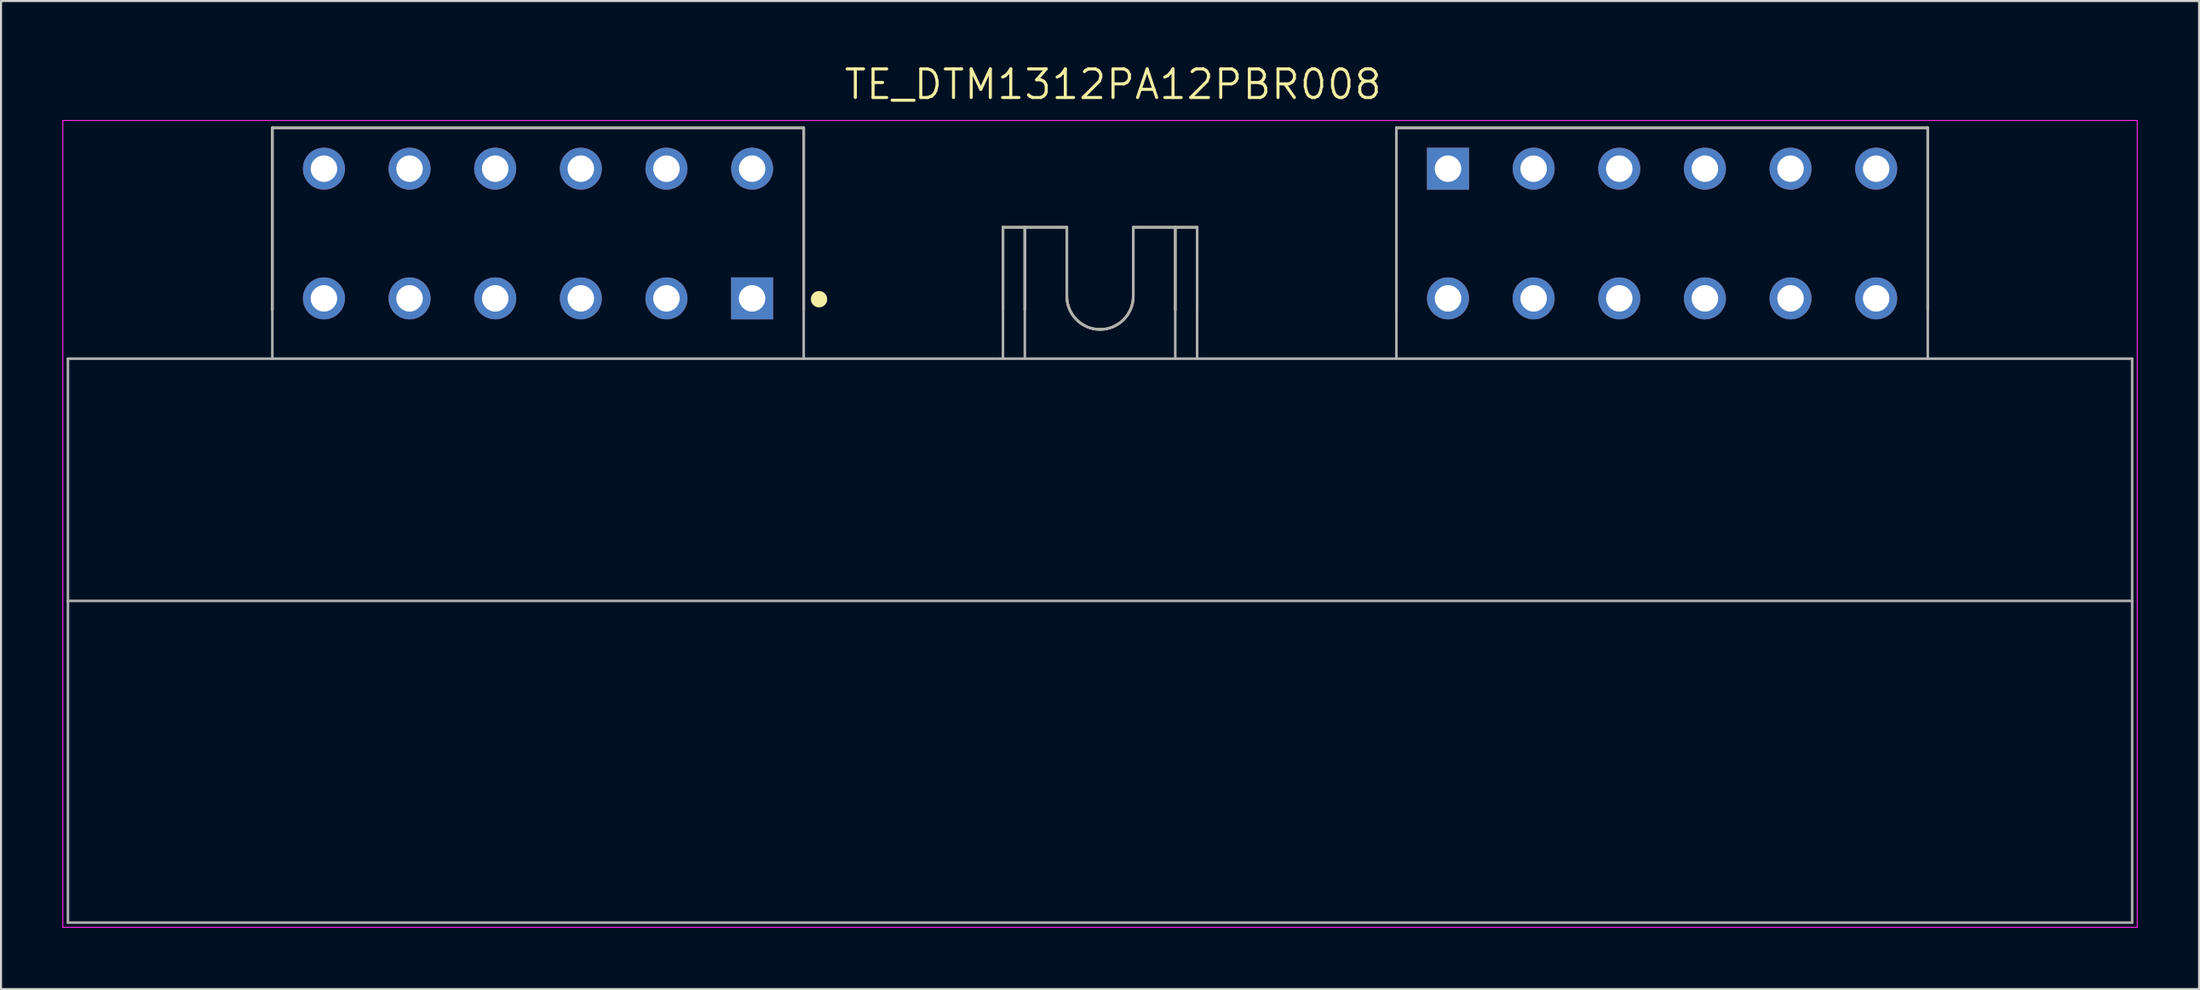
<source format=kicad_pcb>
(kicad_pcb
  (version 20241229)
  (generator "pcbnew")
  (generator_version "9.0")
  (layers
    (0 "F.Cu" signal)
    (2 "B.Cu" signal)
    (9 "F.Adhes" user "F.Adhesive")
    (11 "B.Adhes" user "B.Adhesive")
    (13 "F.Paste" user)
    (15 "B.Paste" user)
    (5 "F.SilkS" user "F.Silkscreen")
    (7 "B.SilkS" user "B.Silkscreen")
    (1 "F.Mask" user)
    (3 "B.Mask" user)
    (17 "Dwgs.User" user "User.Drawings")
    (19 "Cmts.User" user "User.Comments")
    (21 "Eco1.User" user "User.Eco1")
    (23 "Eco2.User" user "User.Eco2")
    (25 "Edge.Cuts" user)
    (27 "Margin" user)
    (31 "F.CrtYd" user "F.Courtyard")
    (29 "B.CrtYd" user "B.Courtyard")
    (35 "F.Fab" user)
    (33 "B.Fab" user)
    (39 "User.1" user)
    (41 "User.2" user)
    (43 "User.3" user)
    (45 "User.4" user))
  (footprint "TE_DTM1312PA12PBR008"
    (layer "F.Cu")
    (at 50.775 9.598)
    (property "Reference" "TE_DTM1312PA12PBR008" (at 0.635 -8.515 0) (layer "F.SilkS") (effects (font (size 1.401 1.401) (thickness 0.15))))
    (attr through_hole)
    (fp_line (start -40.5 -6.39) (end -14.5 -6.39) (stroke (width 0.127) (type solid)) (layer "F.SilkS"))
    (fp_line (start -40.5 2.54) (end -40.5 -6.39) (stroke (width 0.127) (type solid)) (layer "F.SilkS"))
    (fp_line (start -14.5 -6.39) (end -14.5 2.54) (stroke (width 0.127) (type solid)) (layer "F.SilkS"))
    (fp_line (start -4.75 -1.52) (end -3.68 -1.52) (stroke (width 0.127) (type solid)) (layer "F.SilkS"))
    (fp_line (start -4.75 2.54) (end -4.75 -1.52) (stroke (width 0.127) (type solid)) (layer "F.SilkS"))
    (fp_line (start -3.68 -1.52) (end -1.625 -1.52) (stroke (width 0.127) (type solid)) (layer "F.SilkS"))
    (fp_line (start -3.68 2.54) (end -3.68 -1.52) (stroke (width 0.127) (type solid)) (layer "F.SilkS"))
    (fp_line (start -1.625 -1.52) (end -1.625 1.855) (stroke (width 0.127) (type solid)) (layer "F.SilkS"))
    (fp_line (start 1.625 -1.52) (end 3.68 -1.52) (stroke (width 0.127) (type solid)) (layer "F.SilkS"))
    (fp_line (start 1.625 1.855) (end 1.625 -1.52) (stroke (width 0.127) (type solid)) (layer "F.SilkS"))
    (fp_line (start 3.68 -1.52) (end 4.75 -1.52) (stroke (width 0.127) (type solid)) (layer "F.SilkS"))
    (fp_line (start 3.68 2.54) (end 3.68 -1.52) (stroke (width 0.127) (type solid)) (layer "F.SilkS"))
    (fp_line (start 4.75 -1.52) (end 4.75 2.54) (stroke (width 0.127) (type solid)) (layer "F.SilkS"))
    (fp_line (start 14.5 -6.39) (end 40.5 -6.39) (stroke (width 0.127) (type solid)) (layer "F.SilkS"))
    (fp_line (start 14.5 2.54) (end 14.5 -6.39) (stroke (width 0.127) (type solid)) (layer "F.SilkS"))
    (fp_line (start 40.5 -6.39) (end 40.5 2.54) (stroke (width 0.127) (type solid)) (layer "F.SilkS"))
    (fp_arc (start 0 3.48) (mid -1.149049 3.004049) (end -1.625 1.855) (stroke (width 0.127) (type solid)) (layer "F.SilkS"))
    (fp_arc (start 1.625 1.855) (mid 1.149049 3.004049) (end 0 3.48) (stroke (width 0.127) (type solid)) (layer "F.SilkS"))
    (fp_circle (center -13.75 2) (end -13.55 2) (stroke (width 0.4) (type solid)) (fill no) (layer "F.SilkS"))
    (fp_line (start -50.75 -6.75) (end -50.75 32.75) (stroke (width 0.05) (type solid)) (layer "F.CrtYd"))
    (fp_line (start -50.75 32.75) (end 50.75 32.75) (stroke (width 0.05) (type solid)) (layer "F.CrtYd"))
    (fp_line (start 50.75 -6.75) (end -50.75 -6.75) (stroke (width 0.05) (type solid)) (layer "F.CrtYd"))
    (fp_line (start 50.75 32.75) (end 50.75 -6.75) (stroke (width 0.05) (type solid)) (layer "F.CrtYd"))
    (fp_line (start -50.5 4.91) (end -40.5 4.91) (stroke (width 0.127) (type solid)) (layer "F.Fab"))
    (fp_line (start -50.5 16.77) (end -50.5 4.91) (stroke (width 0.127) (type solid)) (layer "F.Fab"))
    (fp_line (start -50.5 16.77) (end -50.5 32.52) (stroke (width 0.127) (type solid)) (layer "F.Fab"))
    (fp_line (start -50.5 32.52) (end 50.5 32.52) (stroke (width 0.127) (type solid)) (layer "F.Fab"))
    (fp_line (start -40.5 -6.39) (end -14.5 -6.39) (stroke (width 0.127) (type solid)) (layer "F.Fab"))
    (fp_line (start -40.5 4.91) (end -40.5 -6.39) (stroke (width 0.127) (type solid)) (layer "F.Fab"))
    (fp_line (start -40.5 4.91) (end -14.5 4.91) (stroke (width 0.127) (type solid)) (layer "F.Fab"))
    (fp_line (start -14.5 -6.39) (end -14.5 4.91) (stroke (width 0.127) (type solid)) (layer "F.Fab"))
    (fp_line (start -14.5 4.91) (end -4.75 4.91) (stroke (width 0.127) (type solid)) (layer "F.Fab"))
    (fp_line (start -4.75 -1.52) (end -3.68 -1.52) (stroke (width 0.127) (type solid)) (layer "F.Fab"))
    (fp_line (start -4.75 4.91) (end -4.75 -1.52) (stroke (width 0.127) (type solid)) (layer "F.Fab"))
    (fp_line (start -4.75 4.91) (end -3.68 4.91) (stroke (width 0.127) (type solid)) (layer "F.Fab"))
    (fp_line (start -3.68 -1.52) (end -1.625 -1.52) (stroke (width 0.127) (type solid)) (layer "F.Fab"))
    (fp_line (start -3.68 4.91) (end -3.68 -1.52) (stroke (width 0.127) (type solid)) (layer "F.Fab"))
    (fp_line (start -3.68 4.91) (end 3.68 4.91) (stroke (width 0.127) (type solid)) (layer "F.Fab"))
    (fp_line (start -1.625 -1.52) (end -1.625 1.855) (stroke (width 0.127) (type solid)) (layer "F.Fab"))
    (fp_line (start 1.625 -1.52) (end 3.68 -1.52) (stroke (width 0.127) (type solid)) (layer "F.Fab"))
    (fp_line (start 1.625 1.855) (end 1.625 -1.52) (stroke (width 0.127) (type solid)) (layer "F.Fab"))
    (fp_line (start 3.68 -1.52) (end 4.75 -1.52) (stroke (width 0.127) (type solid)) (layer "F.Fab"))
    (fp_line (start 3.68 4.91) (end 3.68 -1.52) (stroke (width 0.127) (type solid)) (layer "F.Fab"))
    (fp_line (start 3.68 4.91) (end 4.75 4.91) (stroke (width 0.127) (type solid)) (layer "F.Fab"))
    (fp_line (start 4.75 -1.52) (end 4.75 4.91) (stroke (width 0.127) (type solid)) (layer "F.Fab"))
    (fp_line (start 4.75 4.91) (end 14.5 4.91) (stroke (width 0.127) (type solid)) (layer "F.Fab"))
    (fp_line (start 14.5 -6.39) (end 40.5 -6.39) (stroke (width 0.127) (type solid)) (layer "F.Fab"))
    (fp_line (start 14.5 4.91) (end 14.5 -6.39) (stroke (width 0.127) (type solid)) (layer "F.Fab"))
    (fp_line (start 14.5 4.91) (end 40.5 4.91) (stroke (width 0.127) (type solid)) (layer "F.Fab"))
    (fp_line (start 40.5 -6.39) (end 40.5 4.91) (stroke (width 0.127) (type solid)) (layer "F.Fab"))
    (fp_line (start 40.5 4.91) (end 50.5 4.91) (stroke (width 0.127) (type solid)) (layer "F.Fab"))
    (fp_line (start 50.5 4.91) (end 50.5 16.77) (stroke (width 0.127) (type solid)) (layer "F.Fab"))
    (fp_line (start 50.5 16.77) (end -50.5 16.77) (stroke (width 0.127) (type solid)) (layer "F.Fab"))
    (fp_line (start 50.5 32.52) (end 50.5 16.77) (stroke (width 0.127) (type solid)) (layer "F.Fab"))
    (fp_arc (start 0 3.48) (mid -1.149049 3.004049) (end -1.625 1.855) (stroke (width 0.127) (type solid)) (layer "F.Fab"))
    (fp_arc (start 1.625 1.855) (mid 1.149049 3.004049) (end 0 3.48) (stroke (width 0.127) (type solid)) (layer "F.Fab"))
    (fp_circle (center -17 2) (end -16.8 2) (stroke (width 0.4) (type solid)) (fill no) (layer "F.Fab"))
    (pad "A1" thru_hole rect (at -17.025 1.96) (size 2.056 2.056) (drill 1.294) (layers "*.Cu" "*.Mask"))
    (pad "A2" thru_hole circle (at -21.215 1.96) (size 2.056 2.056) (drill 1.294) (layers "*.Cu" "*.Mask"))
    (pad "A3" thru_hole circle (at -25.405 1.96) (size 2.056 2.056) (drill 1.294) (layers "*.Cu" "*.Mask"))
    (pad "A4" thru_hole circle (at -29.595 1.96) (size 2.056 2.056) (drill 1.294) (layers "*.Cu" "*.Mask"))
    (pad "A5" thru_hole circle (at -33.785 1.96) (size 2.056 2.056) (drill 1.294) (layers "*.Cu" "*.Mask"))
    (pad "A6" thru_hole circle (at -37.975 1.96) (size 2.056 2.056) (drill 1.294) (layers "*.Cu" "*.Mask"))
    (pad "A7" thru_hole circle (at -37.975 -4.39) (size 2.056 2.056) (drill 1.294) (layers "*.Cu" "*.Mask"))
    (pad "A8" thru_hole circle (at -33.785 -4.39) (size 2.056 2.056) (drill 1.294) (layers "*.Cu" "*.Mask"))
    (pad "A9" thru_hole circle (at -29.595 -4.39) (size 2.056 2.056) (drill 1.294) (layers "*.Cu" "*.Mask"))
    (pad "A10" thru_hole circle (at -25.405 -4.39) (size 2.056 2.056) (drill 1.294) (layers "*.Cu" "*.Mask"))
    (pad "A11" thru_hole circle (at -21.215 -4.39) (size 2.056 2.056) (drill 1.294) (layers "*.Cu" "*.Mask"))
    (pad "A12" thru_hole circle (at -17.025 -4.39) (size 2.056 2.056) (drill 1.294) (layers "*.Cu" "*.Mask"))
    (pad "B1" thru_hole rect (at 17.025 -4.39) (size 2.056 2.056) (drill 1.294) (layers "*.Cu" "*.Mask"))
    (pad "B2" thru_hole circle (at 21.215 -4.39) (size 2.056 2.056) (drill 1.294) (layers "*.Cu" "*.Mask"))
    (pad "B3" thru_hole circle (at 25.405 -4.39) (size 2.056 2.056) (drill 1.294) (layers "*.Cu" "*.Mask"))
    (pad "B4" thru_hole circle (at 29.595 -4.39) (size 2.056 2.056) (drill 1.294) (layers "*.Cu" "*.Mask"))
    (pad "B5" thru_hole circle (at 33.785 -4.39) (size 2.056 2.056) (drill 1.294) (layers "*.Cu" "*.Mask"))
    (pad "B6" thru_hole circle (at 37.975 -4.39) (size 2.056 2.056) (drill 1.294) (layers "*.Cu" "*.Mask"))
    (pad "B7" thru_hole circle (at 37.975 1.96) (size 2.056 2.056) (drill 1.294) (layers "*.Cu" "*.Mask"))
    (pad "B8" thru_hole circle (at 33.785 1.96) (size 2.056 2.056) (drill 1.294) (layers "*.Cu" "*.Mask"))
    (pad "B9" thru_hole circle (at 29.595 1.96) (size 2.056 2.056) (drill 1.294) (layers "*.Cu" "*.Mask"))
    (pad "B10" thru_hole circle (at 25.405 1.96) (size 2.056 2.056) (drill 1.294) (layers "*.Cu" "*.Mask"))
    (pad "B11" thru_hole circle (at 21.215 1.96) (size 2.056 2.056) (drill 1.294) (layers "*.Cu" "*.Mask"))
    (pad "B12" thru_hole circle (at 17.025 1.96) (size 2.056 2.056) (drill 1.294) (layers "*.Cu" "*.Mask")))
  (gr_rect
    (start -3 -3)
    (end 104.55 45.373)
    (stroke (width 0.1) (type default))
    (fill no)
    (layer "Edge.Cuts")))
</source>
